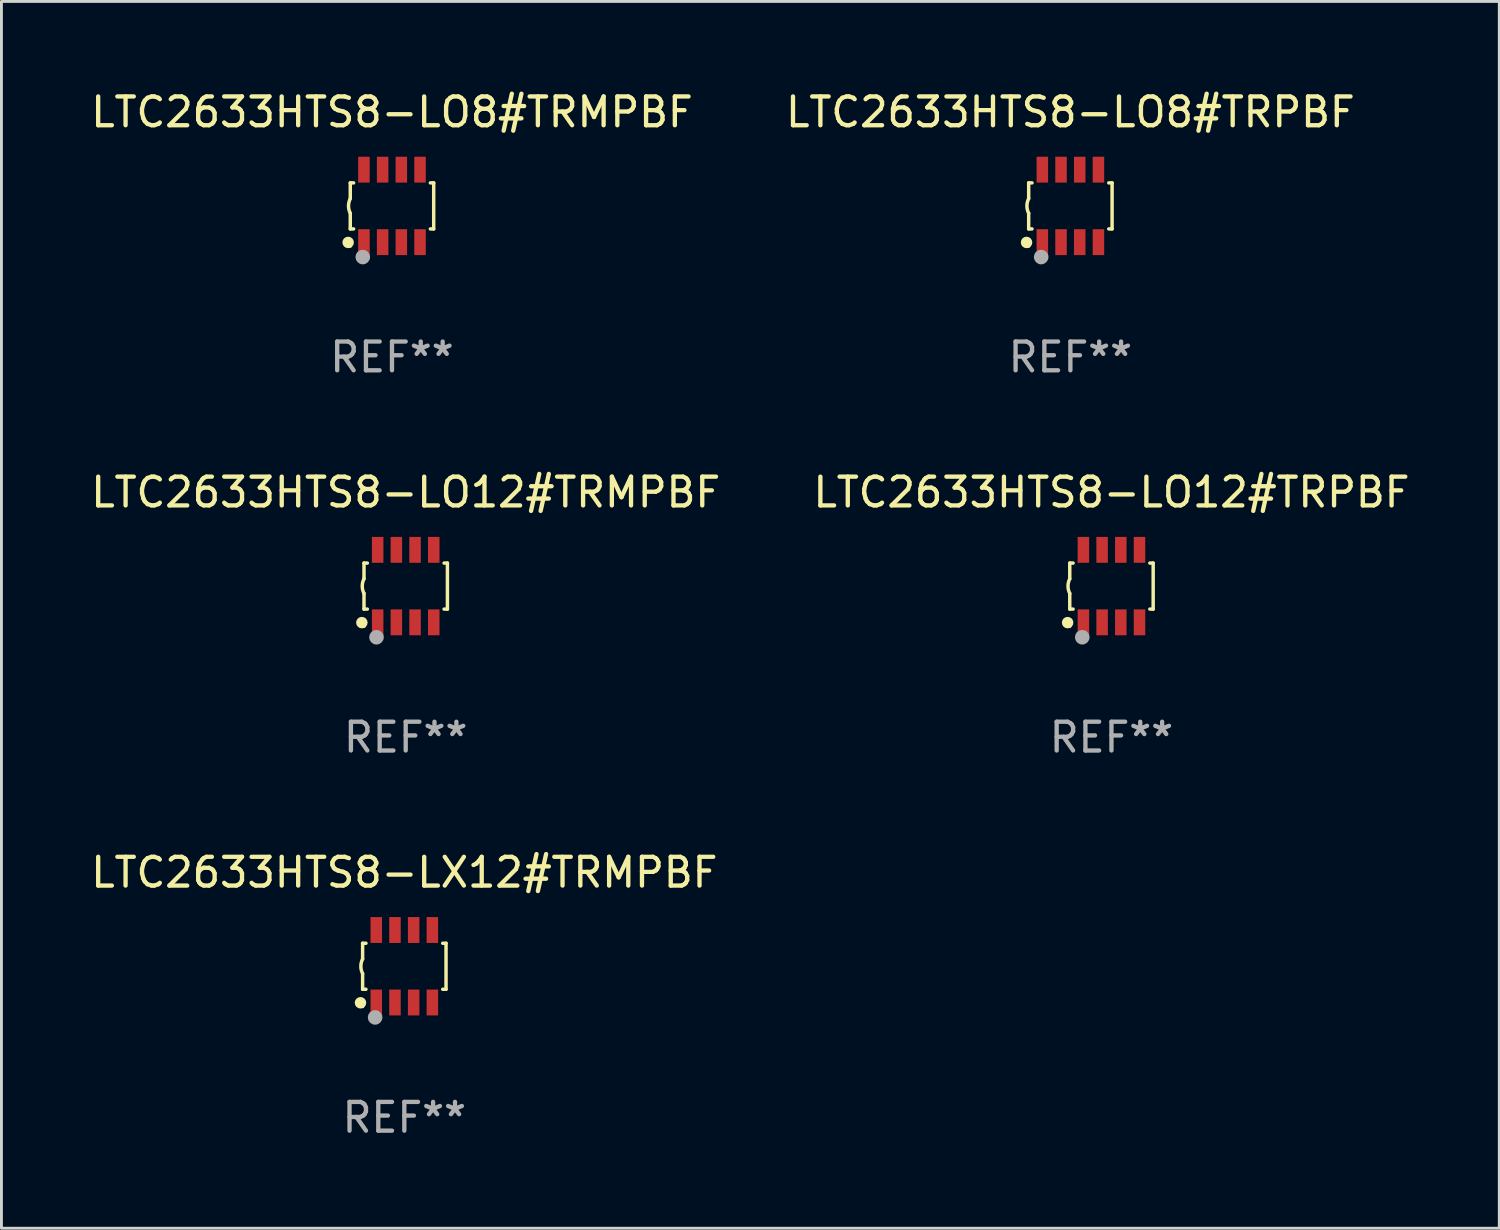
<source format=kicad_pcb>
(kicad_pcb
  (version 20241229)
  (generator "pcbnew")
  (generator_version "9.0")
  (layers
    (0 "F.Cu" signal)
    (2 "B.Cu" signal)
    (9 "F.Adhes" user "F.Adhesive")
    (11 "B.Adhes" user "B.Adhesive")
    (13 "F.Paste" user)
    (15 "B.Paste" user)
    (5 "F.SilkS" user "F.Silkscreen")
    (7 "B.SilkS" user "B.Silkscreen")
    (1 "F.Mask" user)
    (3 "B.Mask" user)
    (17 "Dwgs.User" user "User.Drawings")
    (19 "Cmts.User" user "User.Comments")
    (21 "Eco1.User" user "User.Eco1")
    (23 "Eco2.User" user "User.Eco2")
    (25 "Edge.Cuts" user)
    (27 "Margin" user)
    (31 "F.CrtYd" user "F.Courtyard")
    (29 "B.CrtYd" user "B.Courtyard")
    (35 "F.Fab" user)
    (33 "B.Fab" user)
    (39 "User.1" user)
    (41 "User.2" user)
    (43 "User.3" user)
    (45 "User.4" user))
  (footprint "LTC2633HTS8-LO12#TRPBF"
    (layer "F.Cu")
    (at 35.589 17.325)
    (property "Reference" "LTC2633HTS8-LO12#TRPBF" (at 0 -3.26 0) (layer "F.SilkS") (effects (font (size 1 1) (thickness 0.15))))
    (attr through_hole)
    (fp_line (start -1.45 -0.8) (end -1.45 -0.254) (stroke (width 0.12) (type solid)) (layer "F.SilkS"))
    (fp_line (start -1.45 -0.8) (end -1.334 -0.8) (stroke (width 0.12) (type solid)) (layer "F.SilkS"))
    (fp_line (start -1.45 0.8) (end -1.45 0.254) (stroke (width 0.12) (type solid)) (layer "F.SilkS"))
    (fp_line (start -1.45 0.8) (end -1.334 0.8) (stroke (width 0.12) (type solid)) (layer "F.SilkS"))
    (fp_line (start 1.334 -0.8) (end 1.45 -0.8) (stroke (width 0.12) (type solid)) (layer "F.SilkS"))
    (fp_line (start 1.334 0.8) (end 1.45 0.8) (stroke (width 0.12) (type solid)) (layer "F.SilkS"))
    (fp_line (start 1.45 0.8) (end 1.45 -0.8) (stroke (width 0.12) (type solid)) (layer "F.SilkS"))
    (fp_arc (start -1.45075 0.255144) (mid -1.510605 0.000434) (end -1.450013 -0.254102) (stroke (width 0.11999) (type solid)) (layer "F.SilkS"))
    (fp_circle (center -1.524 1.27) (end -1.424 1.27) (stroke (width 0.2) (type solid)) (fill no) (layer "F.SilkS"))
    (fp_circle (center -1.45 1.4) (end -1.42 1.4) (stroke (width 0.06) (type solid)) (fill no) (layer "F.SilkS"))
    (fp_circle (center -1.016 1.778) (end -0.889 1.778) (stroke (width 0.254) (type solid)) (fill no) (layer "F.Fab"))
    (fp_text user "REF**" (at 0 5.26 0) (layer "F.Fab") (effects (font (size 1 1) (thickness 0.15))))
    (pad "1" smd rect (at -0.975 1.26) (size 0.4 0.9) (layers "F.Cu" "F.Mask" "F.Paste"))
    (pad "2" smd rect (at -0.325 1.26) (size 0.4 0.9) (layers "F.Cu" "F.Mask" "F.Paste"))
    (pad "3" smd rect (at 0.325 1.26) (size 0.4 0.9) (layers "F.Cu" "F.Mask" "F.Paste"))
    (pad "4" smd rect (at 0.975 1.26) (size 0.4 0.9) (layers "F.Cu" "F.Mask" "F.Paste"))
    (pad "5" smd rect (at 0.975 -1.26) (size 0.4 0.9) (layers "F.Cu" "F.Mask" "F.Paste"))
    (pad "6" smd rect (at 0.325 -1.26) (size 0.4 0.9) (layers "F.Cu" "F.Mask" "F.Paste"))
    (pad "7" smd rect (at -0.325 -1.26) (size 0.4 0.9) (layers "F.Cu" "F.Mask" "F.Paste"))
    (pad "8" smd rect (at -0.975 -1.26) (size 0.4 0.9) (layers "F.Cu" "F.Mask" "F.Paste")))
  (footprint "LTC2633HTS8-LO12#TRMPBF"
    (layer "F.Cu")
    (at 11.054 17.325)
    (property "Reference" "LTC2633HTS8-LO12#TRMPBF" (at 0 -3.26 0) (layer "F.SilkS") (effects (font (size 1 1) (thickness 0.15))))
    (attr through_hole)
    (fp_line (start -1.45 -0.8) (end -1.45 -0.254) (stroke (width 0.12) (type solid)) (layer "F.SilkS"))
    (fp_line (start -1.45 -0.8) (end -1.334 -0.8) (stroke (width 0.12) (type solid)) (layer "F.SilkS"))
    (fp_line (start -1.45 0.8) (end -1.45 0.254) (stroke (width 0.12) (type solid)) (layer "F.SilkS"))
    (fp_line (start -1.45 0.8) (end -1.334 0.8) (stroke (width 0.12) (type solid)) (layer "F.SilkS"))
    (fp_line (start 1.334 -0.8) (end 1.45 -0.8) (stroke (width 0.12) (type solid)) (layer "F.SilkS"))
    (fp_line (start 1.334 0.8) (end 1.45 0.8) (stroke (width 0.12) (type solid)) (layer "F.SilkS"))
    (fp_line (start 1.45 0.8) (end 1.45 -0.8) (stroke (width 0.12) (type solid)) (layer "F.SilkS"))
    (fp_arc (start -1.45075 0.255144) (mid -1.510605 0.000434) (end -1.450013 -0.254102) (stroke (width 0.11999) (type solid)) (layer "F.SilkS"))
    (fp_circle (center -1.524 1.27) (end -1.424 1.27) (stroke (width 0.2) (type solid)) (fill no) (layer "F.SilkS"))
    (fp_circle (center -1.45 1.4) (end -1.42 1.4) (stroke (width 0.06) (type solid)) (fill no) (layer "F.SilkS"))
    (fp_circle (center -1.016 1.778) (end -0.889 1.778) (stroke (width 0.254) (type solid)) (fill no) (layer "F.Fab"))
    (fp_text user "REF**" (at 0 5.26 0) (layer "F.Fab") (effects (font (size 1 1) (thickness 0.15))))
    (pad "1" smd rect (at -0.975 1.26) (size 0.4 0.9) (layers "F.Cu" "F.Mask" "F.Paste"))
    (pad "2" smd rect (at -0.325 1.26) (size 0.4 0.9) (layers "F.Cu" "F.Mask" "F.Paste"))
    (pad "3" smd rect (at 0.325 1.26) (size 0.4 0.9) (layers "F.Cu" "F.Mask" "F.Paste"))
    (pad "4" smd rect (at 0.975 1.26) (size 0.4 0.9) (layers "F.Cu" "F.Mask" "F.Paste"))
    (pad "5" smd rect (at 0.975 -1.26) (size 0.4 0.9) (layers "F.Cu" "F.Mask" "F.Paste"))
    (pad "6" smd rect (at 0.325 -1.26) (size 0.4 0.9) (layers "F.Cu" "F.Mask" "F.Paste"))
    (pad "7" smd rect (at -0.325 -1.26) (size 0.4 0.9) (layers "F.Cu" "F.Mask" "F.Paste"))
    (pad "8" smd rect (at -0.975 -1.26) (size 0.4 0.9) (layers "F.Cu" "F.Mask" "F.Paste")))
  (footprint "LTC2633HTS8-LX12#TRMPBF"
    (layer "F.Cu")
    (at 11.006 30.541)
    (property "Reference" "LTC2633HTS8-LX12#TRMPBF" (at 0 -3.26 0) (layer "F.SilkS") (effects (font (size 1 1) (thickness 0.15))))
    (attr through_hole)
    (fp_line (start -1.45 -0.8) (end -1.45 -0.254) (stroke (width 0.12) (type solid)) (layer "F.SilkS"))
    (fp_line (start -1.45 -0.8) (end -1.334 -0.8) (stroke (width 0.12) (type solid)) (layer "F.SilkS"))
    (fp_line (start -1.45 0.8) (end -1.45 0.254) (stroke (width 0.12) (type solid)) (layer "F.SilkS"))
    (fp_line (start -1.45 0.8) (end -1.334 0.8) (stroke (width 0.12) (type solid)) (layer "F.SilkS"))
    (fp_line (start 1.334 -0.8) (end 1.45 -0.8) (stroke (width 0.12) (type solid)) (layer "F.SilkS"))
    (fp_line (start 1.334 0.8) (end 1.45 0.8) (stroke (width 0.12) (type solid)) (layer "F.SilkS"))
    (fp_line (start 1.45 0.8) (end 1.45 -0.8) (stroke (width 0.12) (type solid)) (layer "F.SilkS"))
    (fp_arc (start -1.45075 0.255144) (mid -1.510605 0.000434) (end -1.450013 -0.254102) (stroke (width 0.11999) (type solid)) (layer "F.SilkS"))
    (fp_circle (center -1.524 1.27) (end -1.424 1.27) (stroke (width 0.2) (type solid)) (fill no) (layer "F.SilkS"))
    (fp_circle (center -1.45 1.4) (end -1.42 1.4) (stroke (width 0.06) (type solid)) (fill no) (layer "F.SilkS"))
    (fp_circle (center -1.016 1.778) (end -0.889 1.778) (stroke (width 0.254) (type solid)) (fill no) (layer "F.Fab"))
    (fp_text user "REF**" (at 0 5.26 0) (layer "F.Fab") (effects (font (size 1 1) (thickness 0.15))))
    (pad "1" smd rect (at -0.975 1.26) (size 0.4 0.9) (layers "F.Cu" "F.Mask" "F.Paste"))
    (pad "2" smd rect (at -0.325 1.26) (size 0.4 0.9) (layers "F.Cu" "F.Mask" "F.Paste"))
    (pad "3" smd rect (at 0.325 1.26) (size 0.4 0.9) (layers "F.Cu" "F.Mask" "F.Paste"))
    (pad "4" smd rect (at 0.975 1.26) (size 0.4 0.9) (layers "F.Cu" "F.Mask" "F.Paste"))
    (pad "5" smd rect (at 0.975 -1.26) (size 0.4 0.9) (layers "F.Cu" "F.Mask" "F.Paste"))
    (pad "6" smd rect (at 0.325 -1.26) (size 0.4 0.9) (layers "F.Cu" "F.Mask" "F.Paste"))
    (pad "7" smd rect (at -0.325 -1.26) (size 0.4 0.9) (layers "F.Cu" "F.Mask" "F.Paste"))
    (pad "8" smd rect (at -0.975 -1.26) (size 0.4 0.9) (layers "F.Cu" "F.Mask" "F.Paste")))
  (footprint "LTC2633HTS8-LO8#TRPBF"
    (layer "F.Cu")
    (at 34.161 4.108)
    (property "Reference" "LTC2633HTS8-LO8#TRPBF" (at 0 -3.26 0) (layer "F.SilkS") (effects (font (size 1 1) (thickness 0.15))))
    (attr through_hole)
    (fp_line (start -1.45 -0.8) (end -1.45 -0.254) (stroke (width 0.12) (type solid)) (layer "F.SilkS"))
    (fp_line (start -1.45 -0.8) (end -1.334 -0.8) (stroke (width 0.12) (type solid)) (layer "F.SilkS"))
    (fp_line (start -1.45 0.8) (end -1.45 0.254) (stroke (width 0.12) (type solid)) (layer "F.SilkS"))
    (fp_line (start -1.45 0.8) (end -1.334 0.8) (stroke (width 0.12) (type solid)) (layer "F.SilkS"))
    (fp_line (start 1.334 -0.8) (end 1.45 -0.8) (stroke (width 0.12) (type solid)) (layer "F.SilkS"))
    (fp_line (start 1.334 0.8) (end 1.45 0.8) (stroke (width 0.12) (type solid)) (layer "F.SilkS"))
    (fp_line (start 1.45 0.8) (end 1.45 -0.8) (stroke (width 0.12) (type solid)) (layer "F.SilkS"))
    (fp_arc (start -1.45075 0.255144) (mid -1.510605 0.000434) (end -1.450013 -0.254102) (stroke (width 0.11999) (type solid)) (layer "F.SilkS"))
    (fp_circle (center -1.524 1.27) (end -1.424 1.27) (stroke (width 0.2) (type solid)) (fill no) (layer "F.SilkS"))
    (fp_circle (center -1.45 1.4) (end -1.42 1.4) (stroke (width 0.06) (type solid)) (fill no) (layer "F.SilkS"))
    (fp_circle (center -1.016 1.778) (end -0.889 1.778) (stroke (width 0.254) (type solid)) (fill no) (layer "F.Fab"))
    (fp_text user "REF**" (at 0 5.26 0) (layer "F.Fab") (effects (font (size 1 1) (thickness 0.15))))
    (pad "1" smd rect (at -0.975 1.26) (size 0.4 0.9) (layers "F.Cu" "F.Mask" "F.Paste"))
    (pad "2" smd rect (at -0.325 1.26) (size 0.4 0.9) (layers "F.Cu" "F.Mask" "F.Paste"))
    (pad "3" smd rect (at 0.325 1.26) (size 0.4 0.9) (layers "F.Cu" "F.Mask" "F.Paste"))
    (pad "4" smd rect (at 0.975 1.26) (size 0.4 0.9) (layers "F.Cu" "F.Mask" "F.Paste"))
    (pad "5" smd rect (at 0.975 -1.26) (size 0.4 0.9) (layers "F.Cu" "F.Mask" "F.Paste"))
    (pad "6" smd rect (at 0.325 -1.26) (size 0.4 0.9) (layers "F.Cu" "F.Mask" "F.Paste"))
    (pad "7" smd rect (at -0.325 -1.26) (size 0.4 0.9) (layers "F.Cu" "F.Mask" "F.Paste"))
    (pad "8" smd rect (at -0.975 -1.26) (size 0.4 0.9) (layers "F.Cu" "F.Mask" "F.Paste")))
  (footprint "LTC2633HTS8-LO8#TRMPBF"
    (layer "F.Cu")
    (at 10.577 4.108)
    (property "Reference" "LTC2633HTS8-LO8#TRMPBF" (at 0 -3.26 0) (layer "F.SilkS") (effects (font (size 1 1) (thickness 0.15))))
    (attr through_hole)
    (fp_line (start -1.45 -0.8) (end -1.45 -0.254) (stroke (width 0.12) (type solid)) (layer "F.SilkS"))
    (fp_line (start -1.45 -0.8) (end -1.334 -0.8) (stroke (width 0.12) (type solid)) (layer "F.SilkS"))
    (fp_line (start -1.45 0.8) (end -1.45 0.254) (stroke (width 0.12) (type solid)) (layer "F.SilkS"))
    (fp_line (start -1.45 0.8) (end -1.334 0.8) (stroke (width 0.12) (type solid)) (layer "F.SilkS"))
    (fp_line (start 1.334 -0.8) (end 1.45 -0.8) (stroke (width 0.12) (type solid)) (layer "F.SilkS"))
    (fp_line (start 1.334 0.8) (end 1.45 0.8) (stroke (width 0.12) (type solid)) (layer "F.SilkS"))
    (fp_line (start 1.45 0.8) (end 1.45 -0.8) (stroke (width 0.12) (type solid)) (layer "F.SilkS"))
    (fp_arc (start -1.45075 0.255144) (mid -1.510605 0.000434) (end -1.450013 -0.254102) (stroke (width 0.11999) (type solid)) (layer "F.SilkS"))
    (fp_circle (center -1.524 1.27) (end -1.424 1.27) (stroke (width 0.2) (type solid)) (fill no) (layer "F.SilkS"))
    (fp_circle (center -1.45 1.4) (end -1.42 1.4) (stroke (width 0.06) (type solid)) (fill no) (layer "F.SilkS"))
    (fp_circle (center -1.016 1.778) (end -0.889 1.778) (stroke (width 0.254) (type solid)) (fill no) (layer "F.Fab"))
    (fp_text user "REF**" (at 0 5.26 0) (layer "F.Fab") (effects (font (size 1 1) (thickness 0.15))))
    (pad "1" smd rect (at -0.975 1.26) (size 0.4 0.9) (layers "F.Cu" "F.Mask" "F.Paste"))
    (pad "2" smd rect (at -0.325 1.26) (size 0.4 0.9) (layers "F.Cu" "F.Mask" "F.Paste"))
    (pad "3" smd rect (at 0.325 1.26) (size 0.4 0.9) (layers "F.Cu" "F.Mask" "F.Paste"))
    (pad "4" smd rect (at 0.975 1.26) (size 0.4 0.9) (layers "F.Cu" "F.Mask" "F.Paste"))
    (pad "5" smd rect (at 0.975 -1.26) (size 0.4 0.9) (layers "F.Cu" "F.Mask" "F.Paste"))
    (pad "6" smd rect (at 0.325 -1.26) (size 0.4 0.9) (layers "F.Cu" "F.Mask" "F.Paste"))
    (pad "7" smd rect (at -0.325 -1.26) (size 0.4 0.9) (layers "F.Cu" "F.Mask" "F.Paste"))
    (pad "8" smd rect (at -0.975 -1.26) (size 0.4 0.9) (layers "F.Cu" "F.Mask" "F.Paste")))
  (gr_rect
    (start -3 -3)
    (end 49.071 39.649)
    (stroke (width 0.1) (type default))
    (fill no)
    (layer "Edge.Cuts")))
</source>
